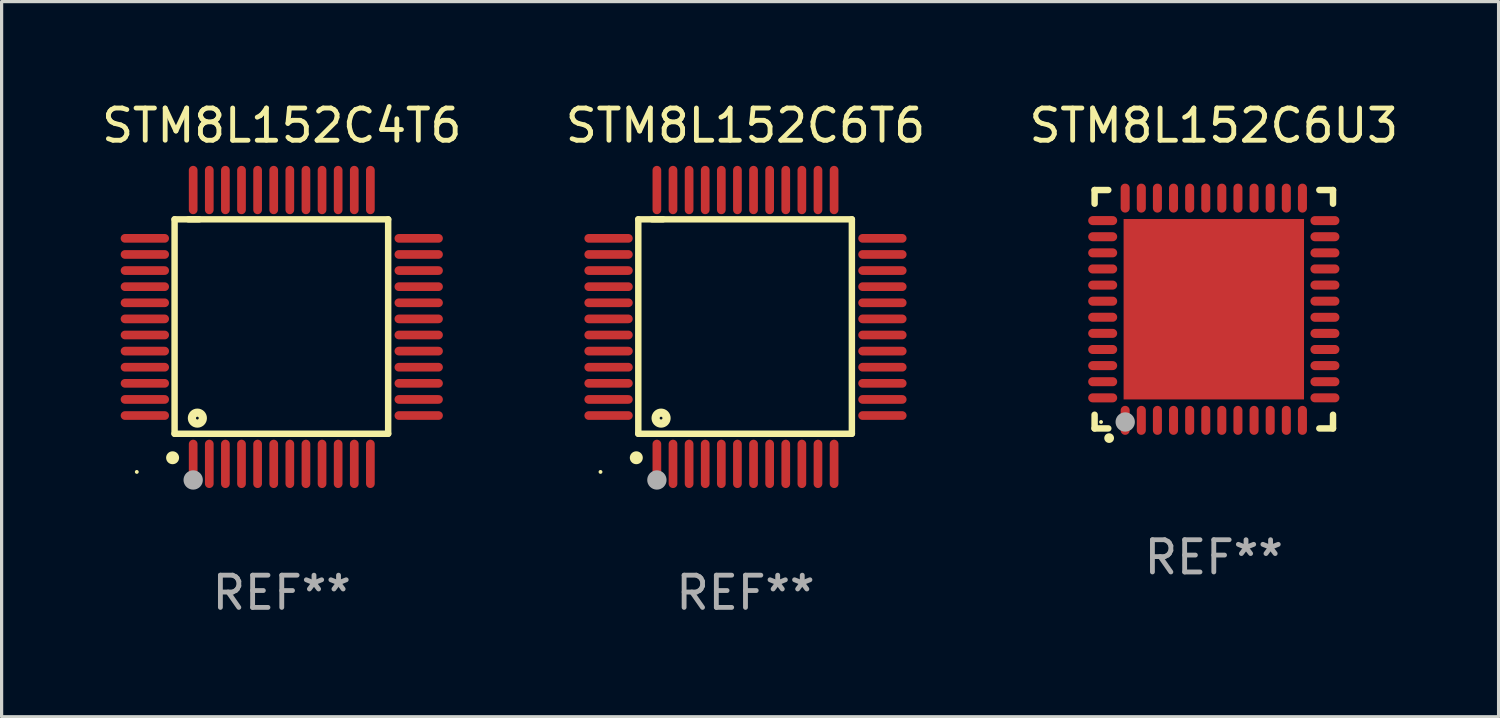
<source format=kicad_pcb>
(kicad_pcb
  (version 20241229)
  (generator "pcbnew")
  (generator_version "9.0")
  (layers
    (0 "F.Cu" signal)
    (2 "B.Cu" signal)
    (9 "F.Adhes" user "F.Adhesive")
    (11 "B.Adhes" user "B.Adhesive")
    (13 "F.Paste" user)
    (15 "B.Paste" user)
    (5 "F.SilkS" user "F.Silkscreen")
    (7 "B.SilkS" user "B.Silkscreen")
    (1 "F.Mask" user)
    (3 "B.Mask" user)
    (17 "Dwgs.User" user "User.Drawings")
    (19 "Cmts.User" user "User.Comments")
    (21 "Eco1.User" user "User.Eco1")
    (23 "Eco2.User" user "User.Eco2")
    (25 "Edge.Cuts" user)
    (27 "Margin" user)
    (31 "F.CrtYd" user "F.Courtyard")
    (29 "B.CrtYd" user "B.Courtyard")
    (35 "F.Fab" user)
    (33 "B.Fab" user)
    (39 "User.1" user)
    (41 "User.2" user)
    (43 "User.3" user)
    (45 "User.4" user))
  (footprint "STM8L152C4T6"
    (layer "F.Cu")
    (at 5.696 7.098)
    (property "Reference" "STM8L152C4T6" (at 0 -6.25 0) (layer "F.SilkS") (effects (font (size 1 1) (thickness 0.15))))
    (attr through_hole)
    (fp_line (start -3.327 -3.34) (end -2.565 -3.34) (stroke (width 0.2) (type solid)) (layer "F.SilkS"))
    (fp_line (start -3.327 3.315) (end -3.327 -3.34) (stroke (width 0.2) (type solid)) (layer "F.SilkS"))
    (fp_line (start -2.896 -3.34) (end 3.302 -3.34) (stroke (width 0.2) (type solid)) (layer "F.SilkS"))
    (fp_line (start 3.302 -3.34) (end 3.302 3.315) (stroke (width 0.2) (type solid)) (layer "F.SilkS"))
    (fp_line (start 3.302 3.315) (end -3.327 3.315) (stroke (width 0.2) (type solid)) (layer "F.SilkS"))
    (fp_arc (start -3.389992 4.059995) (mid -3.388722 4.059991) (end -3.387452 4.059995) (stroke (width 0.4) (type solid)) (layer "F.SilkS"))
    (fp_circle (center -4.5 4.5) (end -4.47 4.5) (stroke (width 0.06) (type solid)) (fill no) (layer "F.SilkS"))
    (fp_circle (center -2.62 2.83) (end -2.45 2.83) (stroke (width 0.254) (type solid)) (fill no) (layer "F.SilkS"))
    (fp_circle (center -2.75 4.75) (end -2.6 4.75) (stroke (width 0.3) (type solid)) (fill no) (layer "F.Fab"))
    (fp_text user "REF**" (at 0 8.25 0) (layer "F.Fab") (effects (font (size 1 1) (thickness 0.15))))
    (pad "1" smd oval (at -2.75 4.25) (size 0.27 1.5) (layers "F.Cu" "F.Mask" "F.Paste"))
    (pad "2" smd oval (at -2.25 4.25) (size 0.27 1.5) (layers "F.Cu" "F.Mask" "F.Paste"))
    (pad "3" smd oval (at -1.75 4.25) (size 0.27 1.5) (layers "F.Cu" "F.Mask" "F.Paste"))
    (pad "4" smd oval (at -1.25 4.25) (size 0.27 1.5) (layers "F.Cu" "F.Mask" "F.Paste"))
    (pad "5" smd oval (at -0.75 4.25) (size 0.27 1.5) (layers "F.Cu" "F.Mask" "F.Paste"))
    (pad "6" smd oval (at -0.25 4.25) (size 0.27 1.5) (layers "F.Cu" "F.Mask" "F.Paste"))
    (pad "7" smd oval (at 0.25 4.25) (size 0.27 1.5) (layers "F.Cu" "F.Mask" "F.Paste"))
    (pad "8" smd oval (at 0.75 4.25) (size 0.27 1.5) (layers "F.Cu" "F.Mask" "F.Paste"))
    (pad "9" smd oval (at 1.25 4.25) (size 0.27 1.5) (layers "F.Cu" "F.Mask" "F.Paste"))
    (pad "10" smd oval (at 1.75 4.25) (size 0.27 1.5) (layers "F.Cu" "F.Mask" "F.Paste"))
    (pad "11" smd oval (at 2.25 4.25) (size 0.27 1.5) (layers "F.Cu" "F.Mask" "F.Paste"))
    (pad "12" smd oval (at 2.75 4.25) (size 0.27 1.5) (layers "F.Cu" "F.Mask" "F.Paste"))
    (pad "13" smd oval (at 4.25 2.75) (size 1.5 0.27) (layers "F.Cu" "F.Mask" "F.Paste"))
    (pad "14" smd oval (at 4.25 2.25) (size 1.5 0.27) (layers "F.Cu" "F.Mask" "F.Paste"))
    (pad "15" smd oval (at 4.25 1.75) (size 1.5 0.27) (layers "F.Cu" "F.Mask" "F.Paste"))
    (pad "16" smd oval (at 4.25 1.25) (size 1.5 0.27) (layers "F.Cu" "F.Mask" "F.Paste"))
    (pad "17" smd oval (at 4.25 0.75) (size 1.5 0.27) (layers "F.Cu" "F.Mask" "F.Paste"))
    (pad "18" smd oval (at 4.25 0.25) (size 1.5 0.27) (layers "F.Cu" "F.Mask" "F.Paste"))
    (pad "19" smd oval (at 4.25 -0.25) (size 1.5 0.27) (layers "F.Cu" "F.Mask" "F.Paste"))
    (pad "20" smd oval (at 4.25 -0.75) (size 1.5 0.27) (layers "F.Cu" "F.Mask" "F.Paste"))
    (pad "21" smd oval (at 4.25 -1.25) (size 1.5 0.27) (layers "F.Cu" "F.Mask" "F.Paste"))
    (pad "22" smd oval (at 4.25 -1.75) (size 1.5 0.27) (layers "F.Cu" "F.Mask" "F.Paste"))
    (pad "23" smd oval (at 4.25 -2.25) (size 1.5 0.27) (layers "F.Cu" "F.Mask" "F.Paste"))
    (pad "24" smd oval (at 4.25 -2.75) (size 1.5 0.27) (layers "F.Cu" "F.Mask" "F.Paste"))
    (pad "25" smd oval (at 2.75 -4.25) (size 0.27 1.5) (layers "F.Cu" "F.Mask" "F.Paste"))
    (pad "26" smd oval (at 2.25 -4.25) (size 0.27 1.5) (layers "F.Cu" "F.Mask" "F.Paste"))
    (pad "27" smd oval (at 1.75 -4.25) (size 0.27 1.5) (layers "F.Cu" "F.Mask" "F.Paste"))
    (pad "28" smd oval (at 1.25 -4.25) (size 0.27 1.5) (layers "F.Cu" "F.Mask" "F.Paste"))
    (pad "29" smd oval (at 0.75 -4.25) (size 0.27 1.5) (layers "F.Cu" "F.Mask" "F.Paste"))
    (pad "30" smd oval (at 0.25 -4.25) (size 0.27 1.5) (layers "F.Cu" "F.Mask" "F.Paste"))
    (pad "31" smd oval (at -0.25 -4.25) (size 0.27 1.5) (layers "F.Cu" "F.Mask" "F.Paste"))
    (pad "32" smd oval (at -0.75 -4.25) (size 0.27 1.5) (layers "F.Cu" "F.Mask" "F.Paste"))
    (pad "33" smd oval (at -1.25 -4.25) (size 0.27 1.5) (layers "F.Cu" "F.Mask" "F.Paste"))
    (pad "34" smd oval (at -1.75 -4.25) (size 0.27 1.5) (layers "F.Cu" "F.Mask" "F.Paste"))
    (pad "35" smd oval (at -2.25 -4.25) (size 0.27 1.5) (layers "F.Cu" "F.Mask" "F.Paste"))
    (pad "36" smd oval (at -2.75 -4.25) (size 0.27 1.5) (layers "F.Cu" "F.Mask" "F.Paste"))
    (pad "37" smd oval (at -4.25 -2.75) (size 1.5 0.27) (layers "F.Cu" "F.Mask" "F.Paste"))
    (pad "38" smd oval (at -4.25 -2.25) (size 1.5 0.27) (layers "F.Cu" "F.Mask" "F.Paste"))
    (pad "39" smd oval (at -4.25 -1.75) (size 1.5 0.27) (layers "F.Cu" "F.Mask" "F.Paste"))
    (pad "40" smd oval (at -4.25 -1.25) (size 1.5 0.27) (layers "F.Cu" "F.Mask" "F.Paste"))
    (pad "41" smd oval (at -4.25 -0.75) (size 1.5 0.27) (layers "F.Cu" "F.Mask" "F.Paste"))
    (pad "42" smd oval (at -4.25 -0.25) (size 1.5 0.27) (layers "F.Cu" "F.Mask" "F.Paste"))
    (pad "43" smd oval (at -4.25 0.25) (size 1.5 0.27) (layers "F.Cu" "F.Mask" "F.Paste"))
    (pad "44" smd oval (at -4.25 0.75) (size 1.5 0.27) (layers "F.Cu" "F.Mask" "F.Paste"))
    (pad "45" smd oval (at -4.25 1.25) (size 1.5 0.27) (layers "F.Cu" "F.Mask" "F.Paste"))
    (pad "46" smd oval (at -4.25 1.75) (size 1.5 0.27) (layers "F.Cu" "F.Mask" "F.Paste"))
    (pad "47" smd oval (at -4.25 2.25) (size 1.5 0.27) (layers "F.Cu" "F.Mask" "F.Paste"))
    (pad "48" smd oval (at -4.25 2.75) (size 1.5 0.27) (layers "F.Cu" "F.Mask" "F.Paste")))
  (footprint "STM8L152C6T6"
    (layer "F.Cu")
    (at 20.089 7.098)
    (property "Reference" "STM8L152C6T6" (at 0 -6.25 0) (layer "F.SilkS") (effects (font (size 1 1) (thickness 0.15))))
    (attr through_hole)
    (fp_line (start -3.327 -3.34) (end -2.565 -3.34) (stroke (width 0.2) (type solid)) (layer "F.SilkS"))
    (fp_line (start -3.327 3.315) (end -3.327 -3.34) (stroke (width 0.2) (type solid)) (layer "F.SilkS"))
    (fp_line (start -2.896 -3.34) (end 3.302 -3.34) (stroke (width 0.2) (type solid)) (layer "F.SilkS"))
    (fp_line (start 3.302 -3.34) (end 3.302 3.315) (stroke (width 0.2) (type solid)) (layer "F.SilkS"))
    (fp_line (start 3.302 3.315) (end -3.327 3.315) (stroke (width 0.2) (type solid)) (layer "F.SilkS"))
    (fp_arc (start -3.389992 4.059995) (mid -3.388722 4.059991) (end -3.387452 4.059995) (stroke (width 0.4) (type solid)) (layer "F.SilkS"))
    (fp_circle (center -4.5 4.5) (end -4.47 4.5) (stroke (width 0.06) (type solid)) (fill no) (layer "F.SilkS"))
    (fp_circle (center -2.62 2.83) (end -2.45 2.83) (stroke (width 0.254) (type solid)) (fill no) (layer "F.SilkS"))
    (fp_circle (center -2.75 4.75) (end -2.6 4.75) (stroke (width 0.3) (type solid)) (fill no) (layer "F.Fab"))
    (fp_text user "REF**" (at 0 8.25 0) (layer "F.Fab") (effects (font (size 1 1) (thickness 0.15))))
    (pad "1" smd oval (at -2.75 4.25) (size 0.27 1.5) (layers "F.Cu" "F.Mask" "F.Paste"))
    (pad "2" smd oval (at -2.25 4.25) (size 0.27 1.5) (layers "F.Cu" "F.Mask" "F.Paste"))
    (pad "3" smd oval (at -1.75 4.25) (size 0.27 1.5) (layers "F.Cu" "F.Mask" "F.Paste"))
    (pad "4" smd oval (at -1.25 4.25) (size 0.27 1.5) (layers "F.Cu" "F.Mask" "F.Paste"))
    (pad "5" smd oval (at -0.75 4.25) (size 0.27 1.5) (layers "F.Cu" "F.Mask" "F.Paste"))
    (pad "6" smd oval (at -0.25 4.25) (size 0.27 1.5) (layers "F.Cu" "F.Mask" "F.Paste"))
    (pad "7" smd oval (at 0.25 4.25) (size 0.27 1.5) (layers "F.Cu" "F.Mask" "F.Paste"))
    (pad "8" smd oval (at 0.75 4.25) (size 0.27 1.5) (layers "F.Cu" "F.Mask" "F.Paste"))
    (pad "9" smd oval (at 1.25 4.25) (size 0.27 1.5) (layers "F.Cu" "F.Mask" "F.Paste"))
    (pad "10" smd oval (at 1.75 4.25) (size 0.27 1.5) (layers "F.Cu" "F.Mask" "F.Paste"))
    (pad "11" smd oval (at 2.25 4.25) (size 0.27 1.5) (layers "F.Cu" "F.Mask" "F.Paste"))
    (pad "12" smd oval (at 2.75 4.25) (size 0.27 1.5) (layers "F.Cu" "F.Mask" "F.Paste"))
    (pad "13" smd oval (at 4.25 2.75) (size 1.5 0.27) (layers "F.Cu" "F.Mask" "F.Paste"))
    (pad "14" smd oval (at 4.25 2.25) (size 1.5 0.27) (layers "F.Cu" "F.Mask" "F.Paste"))
    (pad "15" smd oval (at 4.25 1.75) (size 1.5 0.27) (layers "F.Cu" "F.Mask" "F.Paste"))
    (pad "16" smd oval (at 4.25 1.25) (size 1.5 0.27) (layers "F.Cu" "F.Mask" "F.Paste"))
    (pad "17" smd oval (at 4.25 0.75) (size 1.5 0.27) (layers "F.Cu" "F.Mask" "F.Paste"))
    (pad "18" smd oval (at 4.25 0.25) (size 1.5 0.27) (layers "F.Cu" "F.Mask" "F.Paste"))
    (pad "19" smd oval (at 4.25 -0.25) (size 1.5 0.27) (layers "F.Cu" "F.Mask" "F.Paste"))
    (pad "20" smd oval (at 4.25 -0.75) (size 1.5 0.27) (layers "F.Cu" "F.Mask" "F.Paste"))
    (pad "21" smd oval (at 4.25 -1.25) (size 1.5 0.27) (layers "F.Cu" "F.Mask" "F.Paste"))
    (pad "22" smd oval (at 4.25 -1.75) (size 1.5 0.27) (layers "F.Cu" "F.Mask" "F.Paste"))
    (pad "23" smd oval (at 4.25 -2.25) (size 1.5 0.27) (layers "F.Cu" "F.Mask" "F.Paste"))
    (pad "24" smd oval (at 4.25 -2.75) (size 1.5 0.27) (layers "F.Cu" "F.Mask" "F.Paste"))
    (pad "25" smd oval (at 2.75 -4.25) (size 0.27 1.5) (layers "F.Cu" "F.Mask" "F.Paste"))
    (pad "26" smd oval (at 2.25 -4.25) (size 0.27 1.5) (layers "F.Cu" "F.Mask" "F.Paste"))
    (pad "27" smd oval (at 1.75 -4.25) (size 0.27 1.5) (layers "F.Cu" "F.Mask" "F.Paste"))
    (pad "28" smd oval (at 1.25 -4.25) (size 0.27 1.5) (layers "F.Cu" "F.Mask" "F.Paste"))
    (pad "29" smd oval (at 0.75 -4.25) (size 0.27 1.5) (layers "F.Cu" "F.Mask" "F.Paste"))
    (pad "30" smd oval (at 0.25 -4.25) (size 0.27 1.5) (layers "F.Cu" "F.Mask" "F.Paste"))
    (pad "31" smd oval (at -0.25 -4.25) (size 0.27 1.5) (layers "F.Cu" "F.Mask" "F.Paste"))
    (pad "32" smd oval (at -0.75 -4.25) (size 0.27 1.5) (layers "F.Cu" "F.Mask" "F.Paste"))
    (pad "33" smd oval (at -1.25 -4.25) (size 0.27 1.5) (layers "F.Cu" "F.Mask" "F.Paste"))
    (pad "34" smd oval (at -1.75 -4.25) (size 0.27 1.5) (layers "F.Cu" "F.Mask" "F.Paste"))
    (pad "35" smd oval (at -2.25 -4.25) (size 0.27 1.5) (layers "F.Cu" "F.Mask" "F.Paste"))
    (pad "36" smd oval (at -2.75 -4.25) (size 0.27 1.5) (layers "F.Cu" "F.Mask" "F.Paste"))
    (pad "37" smd oval (at -4.25 -2.75) (size 1.5 0.27) (layers "F.Cu" "F.Mask" "F.Paste"))
    (pad "38" smd oval (at -4.25 -2.25) (size 1.5 0.27) (layers "F.Cu" "F.Mask" "F.Paste"))
    (pad "39" smd oval (at -4.25 -1.75) (size 1.5 0.27) (layers "F.Cu" "F.Mask" "F.Paste"))
    (pad "40" smd oval (at -4.25 -1.25) (size 1.5 0.27) (layers "F.Cu" "F.Mask" "F.Paste"))
    (pad "41" smd oval (at -4.25 -0.75) (size 1.5 0.27) (layers "F.Cu" "F.Mask" "F.Paste"))
    (pad "42" smd oval (at -4.25 -0.25) (size 1.5 0.27) (layers "F.Cu" "F.Mask" "F.Paste"))
    (pad "43" smd oval (at -4.25 0.25) (size 1.5 0.27) (layers "F.Cu" "F.Mask" "F.Paste"))
    (pad "44" smd oval (at -4.25 0.75) (size 1.5 0.27) (layers "F.Cu" "F.Mask" "F.Paste"))
    (pad "45" smd oval (at -4.25 1.25) (size 1.5 0.27) (layers "F.Cu" "F.Mask" "F.Paste"))
    (pad "46" smd oval (at -4.25 1.75) (size 1.5 0.27) (layers "F.Cu" "F.Mask" "F.Paste"))
    (pad "47" smd oval (at -4.25 2.25) (size 1.5 0.27) (layers "F.Cu" "F.Mask" "F.Paste"))
    (pad "48" smd oval (at -4.25 2.75) (size 1.5 0.27) (layers "F.Cu" "F.Mask" "F.Paste")))
  (footprint "STM8L152C6U3"
    (layer "F.Cu")
    (at 34.625 6.548)
    (property "Reference" "STM8L152C6U3" (at 0 -5.7 0) (layer "F.SilkS") (effects (font (size 1 1) (thickness 0.15))))
    (attr through_hole)
    (fp_line (start -3.7 -3.7) (end -3.275 -3.7) (stroke (width 0.2) (type solid)) (layer "F.SilkS"))
    (fp_line (start -3.7 -3.275) (end -3.7 -3.7) (stroke (width 0.2) (type solid)) (layer "F.SilkS"))
    (fp_line (start -3.7 3.7) (end -3.7 3.275) (stroke (width 0.2) (type solid)) (layer "F.SilkS"))
    (fp_line (start -3.275 3.7) (end -3.7 3.7) (stroke (width 0.2) (type solid)) (layer "F.SilkS"))
    (fp_line (start 3.7 -3.7) (end 3.275 -3.7) (stroke (width 0.2) (type solid)) (layer "F.SilkS"))
    (fp_line (start 3.7 -3.275) (end 3.7 -3.7) (stroke (width 0.2) (type solid)) (layer "F.SilkS"))
    (fp_line (start 3.7 3.275) (end 3.7 3.7) (stroke (width 0.2) (type solid)) (layer "F.SilkS"))
    (fp_line (start 3.7 3.7) (end 3.275 3.7) (stroke (width 0.2) (type solid)) (layer "F.SilkS"))
    (fp_arc (start -3.249936 3.999975) (mid -3.248666 3.99997) (end -3.247396 3.999975) (stroke (width 0.3) (type solid)) (layer "F.SilkS"))
    (fp_circle (center -3.5 3.5) (end -3.47 3.5) (stroke (width 0.06) (type solid)) (fill no) (layer "F.SilkS"))
    (fp_circle (center -2.75 3.5) (end -2.6 3.5) (stroke (width 0.3) (type solid)) (fill no) (layer "F.Fab"))
    (fp_text user "REF**" (at 0 7.7 0) (layer "F.Fab") (effects (font (size 1 1) (thickness 0.15))))
    (pad "1" smd oval (at -2.751 3.449) (size 0.28 0.9) (layers "F.Cu" "F.Mask" "F.Paste"))
    (pad "2" smd oval (at -2.25 3.449) (size 0.28 0.9) (layers "F.Cu" "F.Mask" "F.Paste"))
    (pad "3" smd oval (at -1.75 3.449) (size 0.28 0.9) (layers "F.Cu" "F.Mask" "F.Paste"))
    (pad "4" smd oval (at -1.25 3.449) (size 0.28 0.9) (layers "F.Cu" "F.Mask" "F.Paste"))
    (pad "5" smd oval (at -0.749 3.449) (size 0.28 0.9) (layers "F.Cu" "F.Mask" "F.Paste"))
    (pad "6" smd oval (at -0.249 3.449) (size 0.28 0.9) (layers "F.Cu" "F.Mask" "F.Paste"))
    (pad "7" smd oval (at 0.249 3.449) (size 0.28 0.9) (layers "F.Cu" "F.Mask" "F.Paste"))
    (pad "8" smd oval (at 0.749 3.449) (size 0.28 0.9) (layers "F.Cu" "F.Mask" "F.Paste"))
    (pad "9" smd oval (at 1.25 3.449) (size 0.28 0.9) (layers "F.Cu" "F.Mask" "F.Paste"))
    (pad "10" smd oval (at 1.75 3.449) (size 0.28 0.9) (layers "F.Cu" "F.Mask" "F.Paste"))
    (pad "11" smd oval (at 2.251 3.449) (size 0.28 0.9) (layers "F.Cu" "F.Mask" "F.Paste"))
    (pad "12" smd oval (at 2.751 3.449) (size 0.28 0.9) (layers "F.Cu" "F.Mask" "F.Paste"))
    (pad "13" smd oval (at 3.449 2.75) (size 0.9 0.28) (layers "F.Cu" "F.Mask" "F.Paste"))
    (pad "14" smd oval (at 3.449 2.25) (size 0.9 0.28) (layers "F.Cu" "F.Mask" "F.Paste"))
    (pad "15" smd oval (at 3.449 1.75) (size 0.9 0.28) (layers "F.Cu" "F.Mask" "F.Paste"))
    (pad "16" smd oval (at 3.449 1.25) (size 0.9 0.28) (layers "F.Cu" "F.Mask" "F.Paste"))
    (pad "17" smd oval (at 3.449 0.75) (size 0.9 0.28) (layers "F.Cu" "F.Mask" "F.Paste"))
    (pad "18" smd oval (at 3.449 0.25) (size 0.9 0.28) (layers "F.Cu" "F.Mask" "F.Paste"))
    (pad "19" smd oval (at 3.449 -0.25) (size 0.9 0.28) (layers "F.Cu" "F.Mask" "F.Paste"))
    (pad "20" smd oval (at 3.449 -0.75) (size 0.9 0.28) (layers "F.Cu" "F.Mask" "F.Paste"))
    (pad "21" smd oval (at 3.449 -1.25) (size 0.9 0.28) (layers "F.Cu" "F.Mask" "F.Paste"))
    (pad "22" smd oval (at 3.449 -1.75) (size 0.9 0.28) (layers "F.Cu" "F.Mask" "F.Paste"))
    (pad "23" smd oval (at 3.449 -2.25) (size 0.9 0.28) (layers "F.Cu" "F.Mask" "F.Paste"))
    (pad "24" smd oval (at 3.449 -2.75) (size 0.9 0.28) (layers "F.Cu" "F.Mask" "F.Paste"))
    (pad "25" smd oval (at 2.751 -3.449) (size 0.28 0.9) (layers "F.Cu" "F.Mask" "F.Paste"))
    (pad "26" smd oval (at 2.251 -3.449) (size 0.28 0.9) (layers "F.Cu" "F.Mask" "F.Paste"))
    (pad "27" smd oval (at 1.75 -3.449) (size 0.28 0.9) (layers "F.Cu" "F.Mask" "F.Paste"))
    (pad "28" smd oval (at 1.25 -3.449) (size 0.28 0.9) (layers "F.Cu" "F.Mask" "F.Paste"))
    (pad "29" smd oval (at 0.749 -3.449) (size 0.28 0.9) (layers "F.Cu" "F.Mask" "F.Paste"))
    (pad "30" smd oval (at 0.249 -3.449) (size 0.28 0.9) (layers "F.Cu" "F.Mask" "F.Paste"))
    (pad "31" smd oval (at -0.249 -3.449) (size 0.28 0.9) (layers "F.Cu" "F.Mask" "F.Paste"))
    (pad "32" smd oval (at -0.749 -3.449) (size 0.28 0.9) (layers "F.Cu" "F.Mask" "F.Paste"))
    (pad "33" smd oval (at -1.25 -3.449) (size 0.28 0.9) (layers "F.Cu" "F.Mask" "F.Paste"))
    (pad "34" smd oval (at -1.75 -3.449) (size 0.28 0.9) (layers "F.Cu" "F.Mask" "F.Paste"))
    (pad "35" smd oval (at -2.25 -3.449) (size 0.28 0.9) (layers "F.Cu" "F.Mask" "F.Paste"))
    (pad "36" smd oval (at -2.751 -3.449) (size 0.28 0.9) (layers "F.Cu" "F.Mask" "F.Paste"))
    (pad "37" smd oval (at -3.449 -2.751) (size 0.9 0.28) (layers "F.Cu" "F.Mask" "F.Paste"))
    (pad "38" smd oval (at -3.449 -2.25) (size 0.9 0.28) (layers "F.Cu" "F.Mask" "F.Paste"))
    (pad "39" smd oval (at -3.449 -1.75) (size 0.9 0.28) (layers "F.Cu" "F.Mask" "F.Paste"))
    (pad "40" smd oval (at -3.449 -1.25) (size 0.9 0.28) (layers "F.Cu" "F.Mask" "F.Paste"))
    (pad "41" smd oval (at -3.449 -0.749) (size 0.9 0.28) (layers "F.Cu" "F.Mask" "F.Paste"))
    (pad "42" smd oval (at -3.449 -0.249) (size 0.9 0.28) (layers "F.Cu" "F.Mask" "F.Paste"))
    (pad "43" smd oval (at -3.449 0.249) (size 0.9 0.28) (layers "F.Cu" "F.Mask" "F.Paste"))
    (pad "44" smd oval (at -3.449 0.749) (size 0.9 0.28) (layers "F.Cu" "F.Mask" "F.Paste"))
    (pad "45" smd oval (at -3.449 1.25) (size 0.9 0.28) (layers "F.Cu" "F.Mask" "F.Paste"))
    (pad "46" smd oval (at -3.449 1.75) (size 0.9 0.28) (layers "F.Cu" "F.Mask" "F.Paste"))
    (pad "47" smd oval (at -3.449 2.25) (size 0.9 0.28) (layers "F.Cu" "F.Mask" "F.Paste"))
    (pad "48" smd oval (at -3.449 2.751) (size 0.9 0.28) (layers "F.Cu" "F.Mask" "F.Paste"))
    (pad "49" smd rect (at 0.000076 -0.000025) (size 5.6 5.6) (layers "F.Cu" "F.Mask" "F.Paste")))
  (gr_rect
    (start -3 -3)
    (end 43.464 19.196)
    (stroke (width 0.1) (type default))
    (fill no)
    (layer "Edge.Cuts")))
</source>
